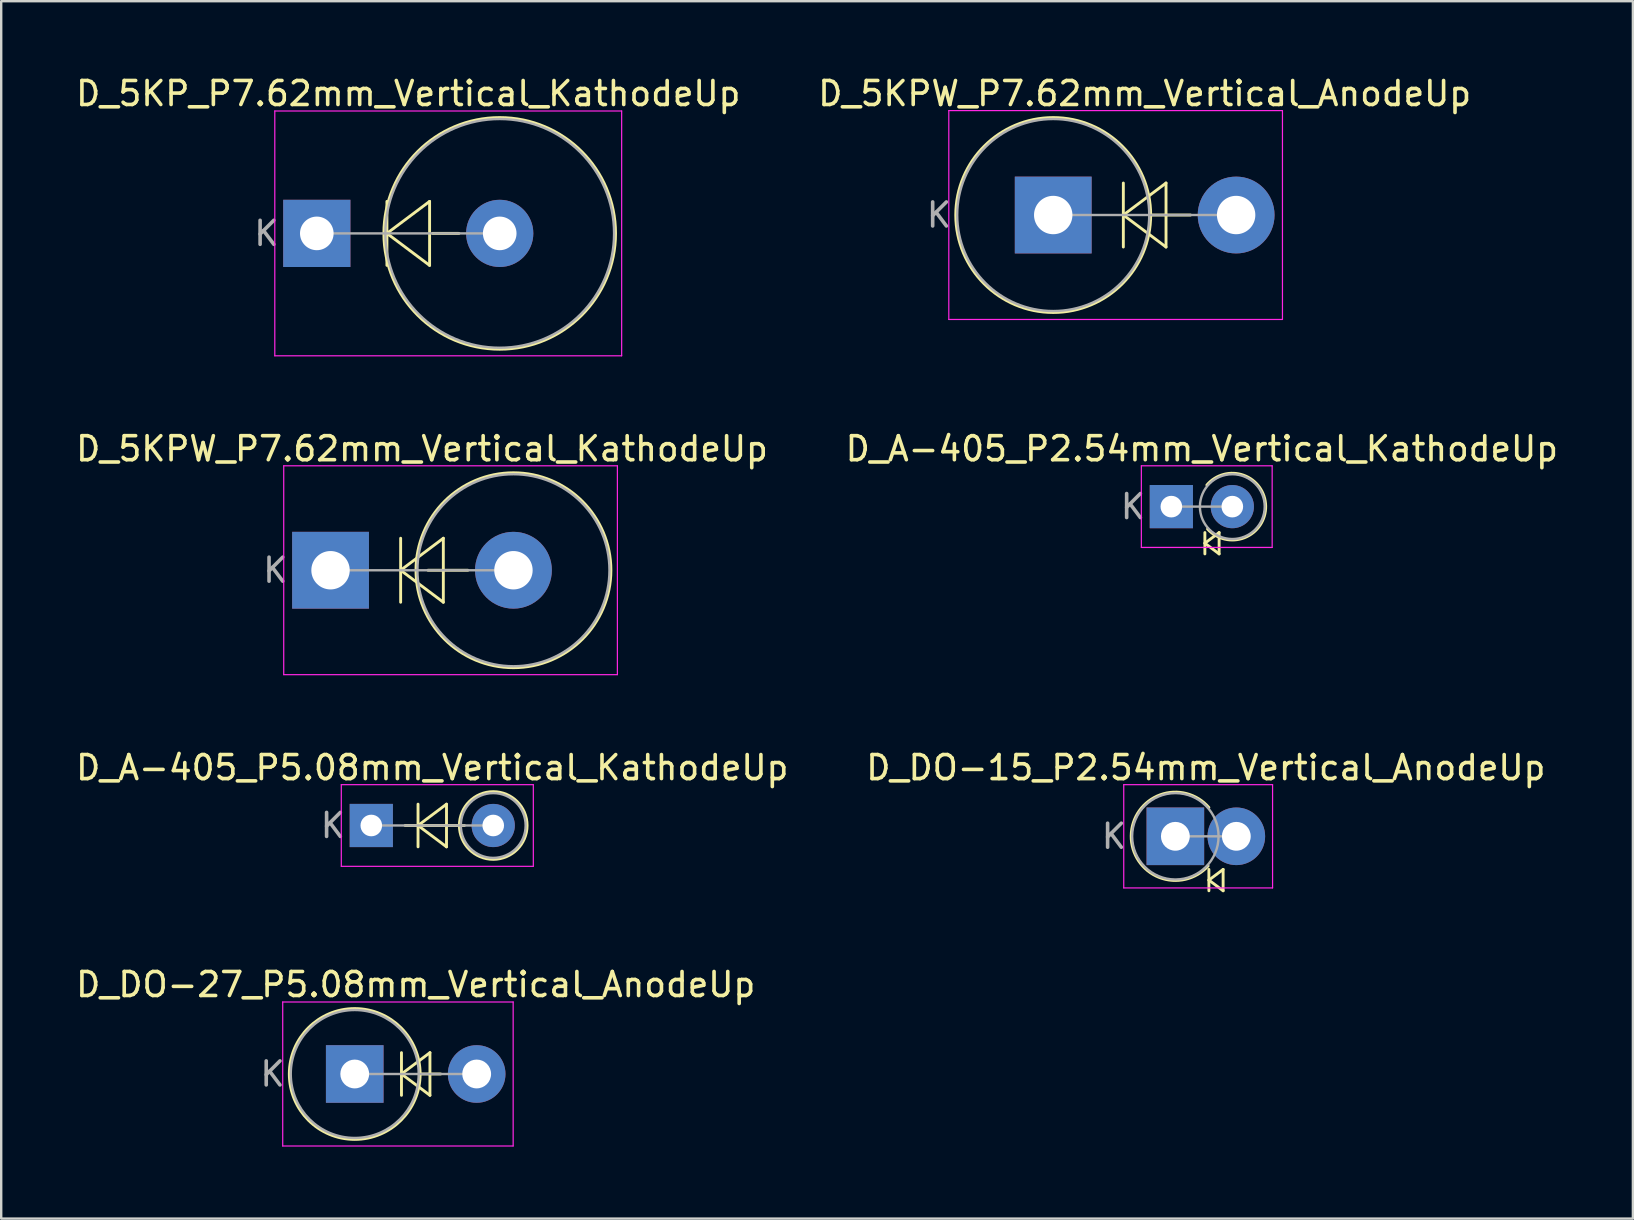
<source format=kicad_pcb>
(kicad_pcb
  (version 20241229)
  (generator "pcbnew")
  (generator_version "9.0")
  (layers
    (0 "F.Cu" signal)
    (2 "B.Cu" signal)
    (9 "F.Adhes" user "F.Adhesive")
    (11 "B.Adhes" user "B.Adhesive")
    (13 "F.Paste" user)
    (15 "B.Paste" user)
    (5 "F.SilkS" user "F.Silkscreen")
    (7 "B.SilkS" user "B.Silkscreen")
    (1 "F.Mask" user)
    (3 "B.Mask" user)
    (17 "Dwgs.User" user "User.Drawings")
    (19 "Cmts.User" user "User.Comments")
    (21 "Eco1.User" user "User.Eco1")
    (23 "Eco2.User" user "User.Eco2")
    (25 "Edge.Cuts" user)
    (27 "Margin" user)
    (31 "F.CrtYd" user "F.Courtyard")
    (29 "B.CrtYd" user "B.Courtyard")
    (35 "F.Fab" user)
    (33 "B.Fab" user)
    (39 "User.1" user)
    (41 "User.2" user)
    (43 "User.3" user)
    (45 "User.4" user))
  (footprint "D_5KP_P7.62mm_Vertical_KathodeUp"
    (layer "F.Cu")
    (at 10.148 6.673)
    (property "Reference" "D_5KP_P7.62mm_Vertical_KathodeUp" (at 3.81 -5.825 0) (layer "F.SilkS") (effects (font (size 1 1) (thickness 0.15))))
    (attr through_hole)
    (fp_line (start 2.921 -1.333) (end 2.921 1.333) (stroke (width 0.12) (type solid)) (layer "F.SilkS"))
    (fp_line (start 2.921 0) (end 4.699 -1.333) (stroke (width 0.12) (type solid)) (layer "F.SilkS"))
    (fp_line (start 4.699 -1.333) (end 4.699 1.333) (stroke (width 0.12) (type solid)) (layer "F.SilkS"))
    (fp_line (start 4.699 1.333) (end 2.921 0) (stroke (width 0.12) (type solid)) (layer "F.SilkS"))
    (fp_line (start 4.825 0) (end 5.92 0) (stroke (width 0.12) (type solid)) (layer "F.SilkS"))
    (fp_circle (center 7.62 0) (end 12.445 0) (stroke (width 0.12) (type solid)) (fill no) (layer "F.SilkS"))
    (fp_line (start -1.75 -5.1) (end -1.75 5.1) (stroke (width 0.05) (type solid)) (layer "F.CrtYd"))
    (fp_line (start -1.75 5.1) (end 12.7 5.1) (stroke (width 0.05) (type solid)) (layer "F.CrtYd"))
    (fp_line (start 12.7 -5.1) (end -1.75 -5.1) (stroke (width 0.05) (type solid)) (layer "F.CrtYd"))
    (fp_line (start 12.7 5.1) (end 12.7 -5.1) (stroke (width 0.05) (type solid)) (layer "F.CrtYd"))
    (fp_line (start 0 0) (end 7.62 0) (stroke (width 0.1) (type solid)) (layer "F.Fab"))
    (fp_circle (center 7.62 0) (end 12.385 0) (stroke (width 0.1) (type solid)) (fill no) (layer "F.Fab"))
    (fp_text user "K" (at -2.1 0 0) (layer "F.Fab") (effects (font (size 1 1) (thickness 0.15))))
    (pad "1" thru_hole rect (at 0 0) (size 2.8 2.8) (drill 1.4) (layers "*.Cu" "*.Mask"))
    (pad "2" thru_hole oval (at 7.62 0) (size 2.8 2.8) (drill 1.4) (layers "*.Cu" "*.Mask")))
  (footprint "D_A-405_P2.54mm_Vertical_KathodeUp"
    (layer "F.Cu")
    (at 45.748 18.056)
    (property "Reference" "D_A-405_P2.54mm_Vertical_KathodeUp" (at 1.27 -2.41 0) (layer "F.SilkS") (effects (font (size 1 1) (thickness 0.15))))
    (attr through_hole)
    (fp_line (start 1.397 1.08) (end 1.397 1.969) (stroke (width 0.12) (type solid)) (layer "F.SilkS"))
    (fp_line (start 1.397 1.524) (end 1.99 1.08) (stroke (width 0.12) (type solid)) (layer "F.SilkS"))
    (fp_line (start 1.99 1.08) (end 1.99 1.969) (stroke (width 0.12) (type solid)) (layer "F.SilkS"))
    (fp_line (start 1.99 1.969) (end 1.397 1.524) (stroke (width 0.12) (type solid)) (layer "F.SilkS"))
    (fp_arc (start 1.480189 -0.9) (mid 3.930219 -0.022126) (end 1.509367 0.933271) (stroke (width 0.12) (type solid)) (layer "F.SilkS"))
    (fp_line (start -1.25 -1.7) (end -1.25 1.7) (stroke (width 0.05) (type solid)) (layer "F.CrtYd"))
    (fp_line (start -1.25 1.7) (end 4.2 1.7) (stroke (width 0.05) (type solid)) (layer "F.CrtYd"))
    (fp_line (start 4.2 -1.7) (end -1.25 -1.7) (stroke (width 0.05) (type solid)) (layer "F.CrtYd"))
    (fp_line (start 4.2 1.7) (end 4.2 -1.7) (stroke (width 0.05) (type solid)) (layer "F.CrtYd"))
    (fp_line (start 0 0) (end 2.54 0) (stroke (width 0.1) (type solid)) (layer "F.Fab"))
    (fp_circle (center 2.54 0) (end 3.89 0) (stroke (width 0.1) (type solid)) (fill no) (layer "F.Fab"))
    (fp_text user "K" (at -1.6 0 0) (layer "F.Fab") (effects (font (size 1 1) (thickness 0.15))))
    (pad "1" thru_hole rect (at 0 0) (size 1.8 1.8) (drill 0.9) (layers "*.Cu" "*.Mask"))
    (pad "2" thru_hole oval (at 2.54 0) (size 1.8 1.8) (drill 0.9) (layers "*.Cu" "*.Mask")))
  (footprint "D_5KPW_P7.62mm_Vertical_KathodeUp"
    (layer "F.Cu")
    (at 10.72 20.706)
    (property "Reference" "D_5KPW_P7.62mm_Vertical_KathodeUp" (at 3.81 -5.06 0) (layer "F.SilkS") (effects (font (size 1 1) (thickness 0.15))))
    (attr through_hole)
    (fp_line (start 2.921 -1.333) (end 2.921 1.333) (stroke (width 0.12) (type solid)) (layer "F.SilkS"))
    (fp_line (start 2.921 0) (end 4.699 -1.333) (stroke (width 0.12) (type solid)) (layer "F.SilkS"))
    (fp_line (start 4.06 0) (end 5.72 0) (stroke (width 0.12) (type solid)) (layer "F.SilkS"))
    (fp_line (start 4.699 -1.333) (end 4.699 1.333) (stroke (width 0.12) (type solid)) (layer "F.SilkS"))
    (fp_line (start 4.699 1.333) (end 2.921 0) (stroke (width 0.12) (type solid)) (layer "F.SilkS"))
    (fp_circle (center 7.62 0) (end 11.68 0) (stroke (width 0.12) (type solid)) (fill no) (layer "F.SilkS"))
    (fp_line (start -1.95 -4.35) (end -1.95 4.35) (stroke (width 0.05) (type solid)) (layer "F.CrtYd"))
    (fp_line (start -1.95 4.35) (end 11.95 4.35) (stroke (width 0.05) (type solid)) (layer "F.CrtYd"))
    (fp_line (start 11.95 -4.35) (end -1.95 -4.35) (stroke (width 0.05) (type solid)) (layer "F.CrtYd"))
    (fp_line (start 11.95 4.35) (end 11.95 -4.35) (stroke (width 0.05) (type solid)) (layer "F.CrtYd"))
    (fp_line (start 0 0) (end 7.62 0) (stroke (width 0.1) (type solid)) (layer "F.Fab"))
    (fp_circle (center 7.62 0) (end 11.62 0) (stroke (width 0.1) (type solid)) (fill no) (layer "F.Fab"))
    (fp_text user "K" (at -2.3 0 0) (layer "F.Fab") (effects (font (size 1 1) (thickness 0.15))))
    (pad "1" thru_hole rect (at 0 0) (size 3.2 3.2) (drill 1.6) (layers "*.Cu" "*.Mask"))
    (pad "2" thru_hole oval (at 7.62 0) (size 3.2 3.2) (drill 1.6) (layers "*.Cu" "*.Mask")))
  (footprint "D_A-405_P5.08mm_Vertical_KathodeUp"
    (layer "F.Cu")
    (at 12.418 31.34)
    (property "Reference" "D_A-405_P5.08mm_Vertical_KathodeUp" (at 2.54 -2.41 0) (layer "F.SilkS") (effects (font (size 1 1) (thickness 0.15))))
    (attr through_hole)
    (fp_line (start 1.41 0) (end 3.88 0) (stroke (width 0.12) (type solid)) (layer "F.SilkS"))
    (fp_line (start 1.947 -0.889) (end 1.947 0.889) (stroke (width 0.12) (type solid)) (layer "F.SilkS"))
    (fp_line (start 1.947 0) (end 3.133 -0.889) (stroke (width 0.12) (type solid)) (layer "F.SilkS"))
    (fp_line (start 3.133 -0.889) (end 3.133 0.889) (stroke (width 0.12) (type solid)) (layer "F.SilkS"))
    (fp_line (start 3.133 0.889) (end 1.947 0) (stroke (width 0.12) (type solid)) (layer "F.SilkS"))
    (fp_circle (center 5.08 0) (end 6.49 0) (stroke (width 0.12) (type solid)) (fill no) (layer "F.SilkS"))
    (fp_line (start -1.25 -1.7) (end -1.25 1.7) (stroke (width 0.05) (type solid)) (layer "F.CrtYd"))
    (fp_line (start -1.25 1.7) (end 6.75 1.7) (stroke (width 0.05) (type solid)) (layer "F.CrtYd"))
    (fp_line (start 6.75 -1.7) (end -1.25 -1.7) (stroke (width 0.05) (type solid)) (layer "F.CrtYd"))
    (fp_line (start 6.75 1.7) (end 6.75 -1.7) (stroke (width 0.05) (type solid)) (layer "F.CrtYd"))
    (fp_line (start 0 0) (end 5.08 0) (stroke (width 0.1) (type solid)) (layer "F.Fab"))
    (fp_circle (center 5.08 0) (end 6.43 0) (stroke (width 0.1) (type solid)) (fill no) (layer "F.Fab"))
    (fp_text user "K" (at -1.6 0 0) (layer "F.Fab") (effects (font (size 1 1) (thickness 0.15))))
    (pad "1" thru_hole rect (at 0 0) (size 1.8 1.8) (drill 0.9) (layers "*.Cu" "*.Mask"))
    (pad "2" thru_hole oval (at 5.08 0) (size 1.8 1.8) (drill 0.9) (layers "*.Cu" "*.Mask")))
  (footprint "D_DO-15_P2.54mm_Vertical_AnodeUp"
    (layer "F.Cu")
    (at 45.915 31.79)
    (property "Reference" "D_DO-15_P2.54mm_Vertical_AnodeUp" (at 1.27 -2.86 0) (layer "F.SilkS") (effects (font (size 1 1) (thickness 0.15))))
    (attr through_hole)
    (fp_line (start 1.397 1.38) (end 1.397 2.269) (stroke (width 0.12) (type solid)) (layer "F.SilkS"))
    (fp_line (start 1.397 1.825) (end 1.99 1.38) (stroke (width 0.12) (type solid)) (layer "F.SilkS"))
    (fp_line (start 1.99 1.38) (end 1.99 2.269) (stroke (width 0.12) (type solid)) (layer "F.SilkS"))
    (fp_line (start 1.99 2.269) (end 1.397 1.825) (stroke (width 0.12) (type solid)) (layer "F.SilkS"))
    (fp_arc (start 1.365408 1.23384) (mid -1.840161 -0.022557) (end 1.395242 -1.2) (stroke (width 0.12) (type solid)) (layer "F.SilkS"))
    (fp_line (start -2.15 -2.15) (end -2.15 2.15) (stroke (width 0.05) (type solid)) (layer "F.CrtYd"))
    (fp_line (start -2.15 2.15) (end 4.05 2.15) (stroke (width 0.05) (type solid)) (layer "F.CrtYd"))
    (fp_line (start 4.05 -2.15) (end -2.15 -2.15) (stroke (width 0.05) (type solid)) (layer "F.CrtYd"))
    (fp_line (start 4.05 2.15) (end 4.05 -2.15) (stroke (width 0.05) (type solid)) (layer "F.CrtYd"))
    (fp_line (start 0 0) (end 2.54 0) (stroke (width 0.1) (type solid)) (layer "F.Fab"))
    (fp_circle (center 0 0) (end 1.8 0) (stroke (width 0.1) (type solid)) (fill no) (layer "F.Fab"))
    (fp_text user "K" (at -2.56 0 0) (layer "F.Fab") (effects (font (size 1 1) (thickness 0.15))))
    (pad "1" thru_hole rect (at 0 0) (size 2.4 2.4) (drill 1.2) (layers "*.Cu" "*.Mask"))
    (pad "2" thru_hole oval (at 2.54 0) (size 2.4 2.4) (drill 1.2) (layers "*.Cu" "*.Mask")))
  (footprint "D_DO-27_P5.08mm_Vertical_AnodeUp"
    (layer "F.Cu")
    (at 11.728 41.692)
    (property "Reference" "D_DO-27_P5.08mm_Vertical_AnodeUp" (at 2.54 -3.725 0) (layer "F.SilkS") (effects (font (size 1 1) (thickness 0.15))))
    (attr through_hole)
    (fp_line (start 1.947 -0.889) (end 1.947 0.889) (stroke (width 0.12) (type solid)) (layer "F.SilkS"))
    (fp_line (start 1.947 0) (end 3.133 -0.889) (stroke (width 0.12) (type solid)) (layer "F.SilkS"))
    (fp_line (start 2.725 0) (end 3.58 0) (stroke (width 0.12) (type solid)) (layer "F.SilkS"))
    (fp_line (start 3.133 -0.889) (end 3.133 0.889) (stroke (width 0.12) (type solid)) (layer "F.SilkS"))
    (fp_line (start 3.133 0.889) (end 1.947 0) (stroke (width 0.12) (type solid)) (layer "F.SilkS"))
    (fp_circle (center 0 0) (end 2.725 0) (stroke (width 0.12) (type solid)) (fill no) (layer "F.SilkS"))
    (fp_line (start -3 -3) (end -3 3) (stroke (width 0.05) (type solid)) (layer "F.CrtYd"))
    (fp_line (start -3 3) (end 6.6 3) (stroke (width 0.05) (type solid)) (layer "F.CrtYd"))
    (fp_line (start 6.6 -3) (end -3 -3) (stroke (width 0.05) (type solid)) (layer "F.CrtYd"))
    (fp_line (start 6.6 3) (end 6.6 -3) (stroke (width 0.05) (type solid)) (layer "F.CrtYd"))
    (fp_line (start 0 0) (end 5.08 0) (stroke (width 0.1) (type solid)) (layer "F.Fab"))
    (fp_circle (center 0 0) (end 2.665 0) (stroke (width 0.1) (type solid)) (fill no) (layer "F.Fab"))
    (fp_text user "K" (at -3.425 0 0) (layer "F.Fab") (effects (font (size 1 1) (thickness 0.15))))
    (pad "1" thru_hole rect (at 0 0) (size 2.4 2.4) (drill 1.2) (layers "*.Cu" "*.Mask"))
    (pad "2" thru_hole oval (at 5.08 0) (size 2.4 2.4) (drill 1.2) (layers "*.Cu" "*.Mask")))
  (footprint "D_5KPW_P7.62mm_Vertical_AnodeUp"
    (layer "F.Cu")
    (at 40.827 5.908)
    (property "Reference" "D_5KPW_P7.62mm_Vertical_AnodeUp" (at 3.81 -5.06 0) (layer "F.SilkS") (effects (font (size 1 1) (thickness 0.15))))
    (attr through_hole)
    (fp_line (start 2.921 -1.333) (end 2.921 1.333) (stroke (width 0.12) (type solid)) (layer "F.SilkS"))
    (fp_line (start 2.921 0) (end 4.699 -1.333) (stroke (width 0.12) (type solid)) (layer "F.SilkS"))
    (fp_line (start 4.06 0) (end 5.72 0) (stroke (width 0.12) (type solid)) (layer "F.SilkS"))
    (fp_line (start 4.699 -1.333) (end 4.699 1.333) (stroke (width 0.12) (type solid)) (layer "F.SilkS"))
    (fp_line (start 4.699 1.333) (end 2.921 0) (stroke (width 0.12) (type solid)) (layer "F.SilkS"))
    (fp_circle (center 0 0) (end 4.06 0) (stroke (width 0.12) (type solid)) (fill no) (layer "F.SilkS"))
    (fp_line (start -4.35 -4.35) (end -4.35 4.35) (stroke (width 0.05) (type solid)) (layer "F.CrtYd"))
    (fp_line (start -4.35 4.35) (end 9.55 4.35) (stroke (width 0.05) (type solid)) (layer "F.CrtYd"))
    (fp_line (start 9.55 -4.35) (end -4.35 -4.35) (stroke (width 0.05) (type solid)) (layer "F.CrtYd"))
    (fp_line (start 9.55 4.35) (end 9.55 -4.35) (stroke (width 0.05) (type solid)) (layer "F.CrtYd"))
    (fp_line (start 0 0) (end 7.62 0) (stroke (width 0.1) (type solid)) (layer "F.Fab"))
    (fp_circle (center 0 0) (end 4 0) (stroke (width 0.1) (type solid)) (fill no) (layer "F.Fab"))
    (fp_text user "K" (at -4.76 0 0) (layer "F.Fab") (effects (font (size 1 1) (thickness 0.15))))
    (pad "1" thru_hole rect (at 0 0) (size 3.2 3.2) (drill 1.6) (layers "*.Cu" "*.Mask"))
    (pad "2" thru_hole oval (at 7.62 0) (size 3.2 3.2) (drill 1.6) (layers "*.Cu" "*.Mask")))
  (gr_rect
    (start -3 -3)
    (end 64.976 47.717)
    (stroke (width 0.1) (type default))
    (fill no)
    (layer "Edge.Cuts")))
</source>
